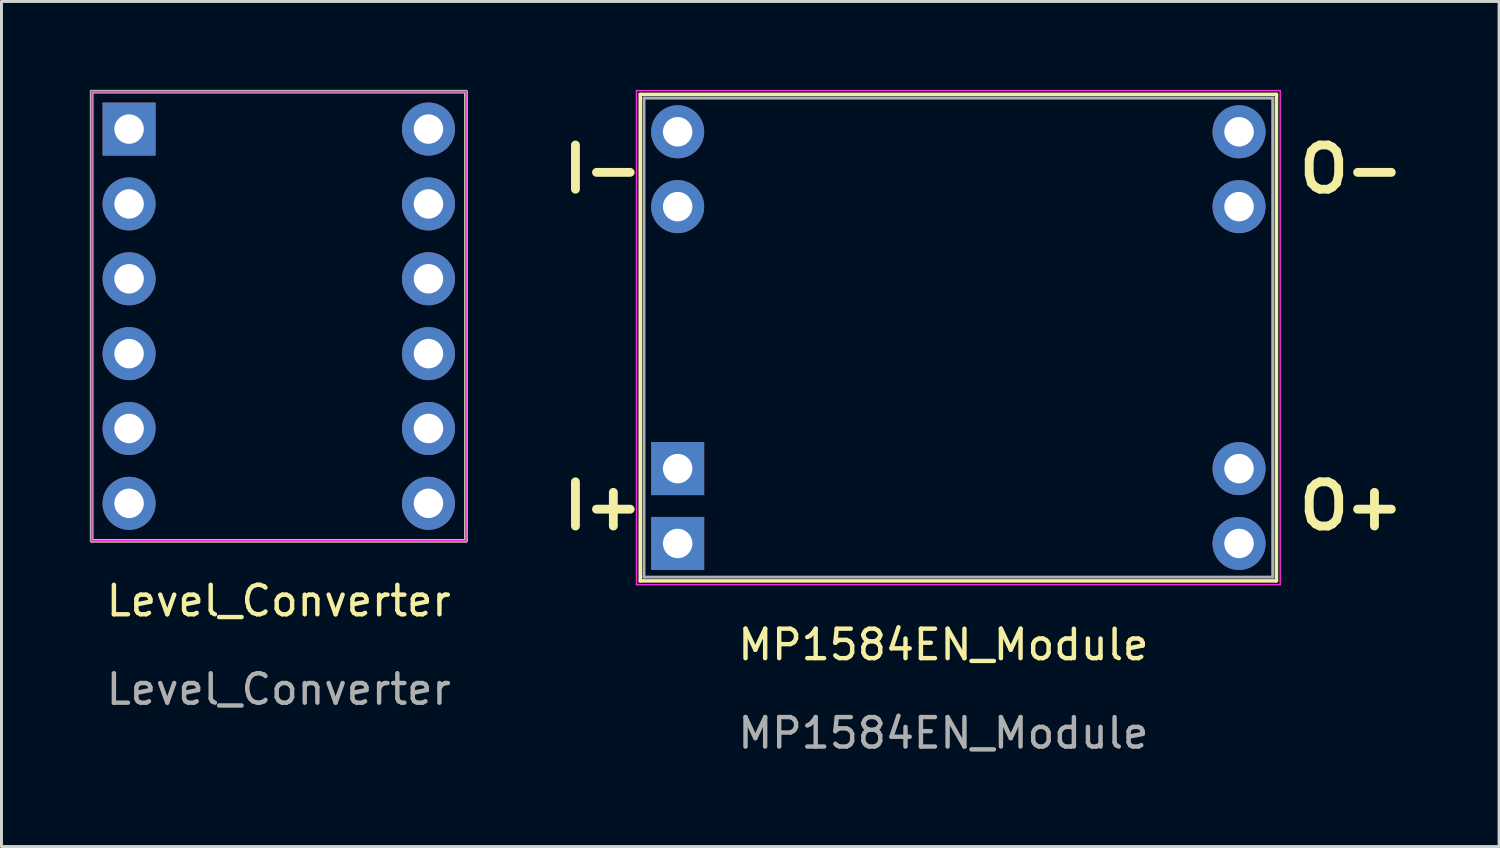
<source format=kicad_pcb>
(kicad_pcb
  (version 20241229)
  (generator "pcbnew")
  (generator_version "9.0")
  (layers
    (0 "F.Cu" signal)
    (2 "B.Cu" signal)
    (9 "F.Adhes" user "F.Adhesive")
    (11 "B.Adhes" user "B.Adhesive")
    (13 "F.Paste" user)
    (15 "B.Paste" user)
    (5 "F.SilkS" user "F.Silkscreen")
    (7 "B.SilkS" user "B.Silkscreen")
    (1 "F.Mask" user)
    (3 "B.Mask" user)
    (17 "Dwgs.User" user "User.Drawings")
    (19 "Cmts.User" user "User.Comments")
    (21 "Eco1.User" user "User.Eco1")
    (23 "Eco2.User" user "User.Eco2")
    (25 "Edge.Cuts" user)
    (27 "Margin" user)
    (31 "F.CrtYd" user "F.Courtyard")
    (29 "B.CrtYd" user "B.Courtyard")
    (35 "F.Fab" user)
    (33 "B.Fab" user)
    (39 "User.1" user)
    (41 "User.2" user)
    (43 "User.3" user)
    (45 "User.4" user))
  (footprint "MP1584EN_Module"
    (layer "F.Cu")
    (at 28.963 19.329)
    (property "Reference" "MP1584EN_Module" (at 0 -0.5 0) (unlocked yes) (layer "F.SilkS") (effects (font (size 1 1) (thickness 0.15))))
    (attr through_hole)
    (fp_line (start -10.287 -19.177) (end -10.287 -2.667) (stroke (width 0.12) (type solid)) (layer "F.SilkS"))
    (fp_line (start -10.287 -2.667) (end 11.303 -2.667) (stroke (width 0.12) (type solid)) (layer "F.SilkS"))
    (fp_line (start 11.303 -19.177) (end -10.287 -19.177) (stroke (width 0.12) (type solid)) (layer "F.SilkS"))
    (fp_line (start 11.303 -2.667) (end 11.303 -19.177) (stroke (width 0.12) (type solid)) (layer "F.SilkS"))
    (fp_line (start -10.414 -19.304) (end -10.414 -2.54) (stroke (width 0.05) (type solid)) (layer "F.CrtYd"))
    (fp_line (start -10.414 -2.54) (end 11.43 -2.54) (stroke (width 0.05) (type solid)) (layer "F.CrtYd"))
    (fp_line (start 11.43 -19.304) (end -10.414 -19.304) (stroke (width 0.05) (type solid)) (layer "F.CrtYd"))
    (fp_line (start 11.43 -2.54) (end 11.43 -19.304) (stroke (width 0.05) (type solid)) (layer "F.CrtYd"))
    (fp_line (start -10.16 -19.05) (end 11.176 -19.05) (stroke (width 0.1) (type solid)) (layer "F.Fab"))
    (fp_line (start -10.16 -2.794) (end -10.16 -19.05) (stroke (width 0.1) (type solid)) (layer "F.Fab"))
    (fp_line (start 11.176 -19.05) (end 11.176 -2.794) (stroke (width 0.1) (type solid)) (layer "F.Fab"))
    (fp_line (start 11.176 -2.794) (end -10.16 -2.794) (stroke (width 0.1) (type solid)) (layer "F.Fab"))
    (fp_text user "O+" (at 13.843 -5.207 0) (unlocked yes) (layer "F.SilkS") (effects (font (size 1.5 1.5) (thickness 0.3))))
    (fp_text user "I-" (at -11.557 -16.637 0) (unlocked yes) (layer "F.SilkS") (effects (font (size 1.5 1.5) (thickness 0.3))))
    (fp_text user "O-" (at 13.843 -16.637 0) (unlocked yes) (layer "F.SilkS") (effects (font (size 1.5 1.5) (thickness 0.3))))
    (fp_text user "I+" (at -11.557 -5.207 0) (unlocked yes) (layer "F.SilkS") (effects (font (size 1.5 1.5) (thickness 0.3))))
    (fp_text user "${REFERENCE}" (at 0 2.5 0) (unlocked yes) (layer "F.Fab") (effects (font (size 1 1) (thickness 0.15))))
    (pad "1" thru_hole rect (at -9.017 -6.477 180) (size 1.8 1.8) (drill 1) (layers "*.Cu" "*.Mask"))
    (pad "1" thru_hole rect (at -9.017 -3.937 180) (size 1.8 1.8) (drill 1) (layers "*.Cu" "*.Mask"))
    (pad "2" thru_hole circle (at 10.033 -6.477 180) (size 1.8 1.8) (drill 1) (layers "*.Cu" "*.Mask"))
    (pad "2" thru_hole circle (at 10.033 -3.937 180) (size 1.8 1.8) (drill 1) (layers "*.Cu" "*.Mask"))
    (pad "3" thru_hole circle (at -9.017 -17.907 180) (size 1.8 1.8) (drill 1) (layers "*.Cu" "*.Mask"))
    (pad "3" thru_hole circle (at -9.017 -15.367 180) (size 1.8 1.8) (drill 1) (layers "*.Cu" "*.Mask"))
    (pad "4" thru_hole circle (at 10.033 -17.907 180) (size 1.8 1.8) (drill 1) (layers "*.Cu" "*.Mask"))
    (pad "4" thru_hole circle (at 10.033 -15.367 180) (size 1.8 1.8) (drill 1) (layers "*.Cu" "*.Mask")))
  (footprint "Level_Converter"
    (layer "F.Cu")
    (at 6.41 17.84)
    (property "Reference" "Level_Converter" (at 0 -0.5 0) (unlocked yes) (layer "F.SilkS") (effects (font (size 1 1) (thickness 0.15))))
    (attr through_hole)
    (fp_line (start -6.35 -17.78) (end 6.35 -17.78) (stroke (width 0.12) (type solid)) (layer "F.SilkS"))
    (fp_line (start -6.35 -2.54) (end -6.35 -17.78) (stroke (width 0.12) (type solid)) (layer "F.SilkS"))
    (fp_line (start 6.35 -17.78) (end 6.35 -2.54) (stroke (width 0.12) (type solid)) (layer "F.SilkS"))
    (fp_line (start 6.35 -2.54) (end -6.35 -2.54) (stroke (width 0.12) (type solid)) (layer "F.SilkS"))
    (fp_line (start -6.35 -17.78) (end 6.35 -17.78) (stroke (width 0.05) (type solid)) (layer "F.CrtYd"))
    (fp_line (start -6.35 -2.54) (end -6.35 -17.78) (stroke (width 0.05) (type solid)) (layer "F.CrtYd"))
    (fp_line (start 6.35 -17.78) (end 6.35 -2.54) (stroke (width 0.05) (type solid)) (layer "F.CrtYd"))
    (fp_line (start 6.35 -2.54) (end -6.35 -2.54) (stroke (width 0.05) (type solid)) (layer "F.CrtYd"))
    (fp_line (start -6.35 -17.78) (end 6.35 -17.78) (stroke (width 0.1) (type solid)) (layer "F.Fab"))
    (fp_line (start -6.35 -2.54) (end -6.35 -17.78) (stroke (width 0.1) (type solid)) (layer "F.Fab"))
    (fp_line (start 6.35 -17.78) (end 6.35 -2.54) (stroke (width 0.1) (type solid)) (layer "F.Fab"))
    (fp_line (start 6.35 -2.54) (end -6.35 -2.54) (stroke (width 0.1) (type solid)) (layer "F.Fab"))
    (fp_text user "${REFERENCE}" (at 0 2.5 0) (unlocked yes) (layer "F.Fab") (effects (font (size 1 1) (thickness 0.15))))
    (pad "1" thru_hole rect (at -5.08 -16.51 180) (size 1.8 1.8) (drill 1) (layers "*.Cu" "*.Mask"))
    (pad "2" thru_hole circle (at 5.08 -16.51 180) (size 1.8 1.8) (drill 1) (layers "*.Cu" "*.Mask"))
    (pad "3" thru_hole circle (at -5.08 -13.97 180) (size 1.8 1.8) (drill 1) (layers "*.Cu" "*.Mask"))
    (pad "4" thru_hole circle (at 5.08 -13.97 180) (size 1.8 1.8) (drill 1) (layers "*.Cu" "*.Mask"))
    (pad "5" thru_hole circle (at -5.08 -11.43 180) (size 1.8 1.8) (drill 1) (layers "*.Cu" "*.Mask"))
    (pad "6" thru_hole circle (at 5.08 -11.43 180) (size 1.8 1.8) (drill 1) (layers "*.Cu" "*.Mask"))
    (pad "7" thru_hole circle (at -5.08 -8.89 180) (size 1.8 1.8) (drill 1) (layers "*.Cu" "*.Mask"))
    (pad "8" thru_hole circle (at 5.08 -8.89 180) (size 1.8 1.8) (drill 1) (layers "*.Cu" "*.Mask"))
    (pad "9" thru_hole circle (at -5.08 -6.35 180) (size 1.8 1.8) (drill 1) (layers "*.Cu" "*.Mask"))
    (pad "10" thru_hole circle (at 5.08 -6.35 180) (size 1.8 1.8) (drill 1) (layers "*.Cu" "*.Mask"))
    (pad "11" thru_hole circle (at -5.08 -3.81 180) (size 1.8 1.8) (drill 1) (layers "*.Cu" "*.Mask"))
    (pad "12" thru_hole circle (at 5.08 -3.81 180) (size 1.8 1.8) (drill 1) (layers "*.Cu" "*.Mask")))
  (gr_rect
    (start -3 -3)
    (end 47.82 25.677)
    (stroke (width 0.1) (type default))
    (fill no)
    (layer "Edge.Cuts")))
</source>
